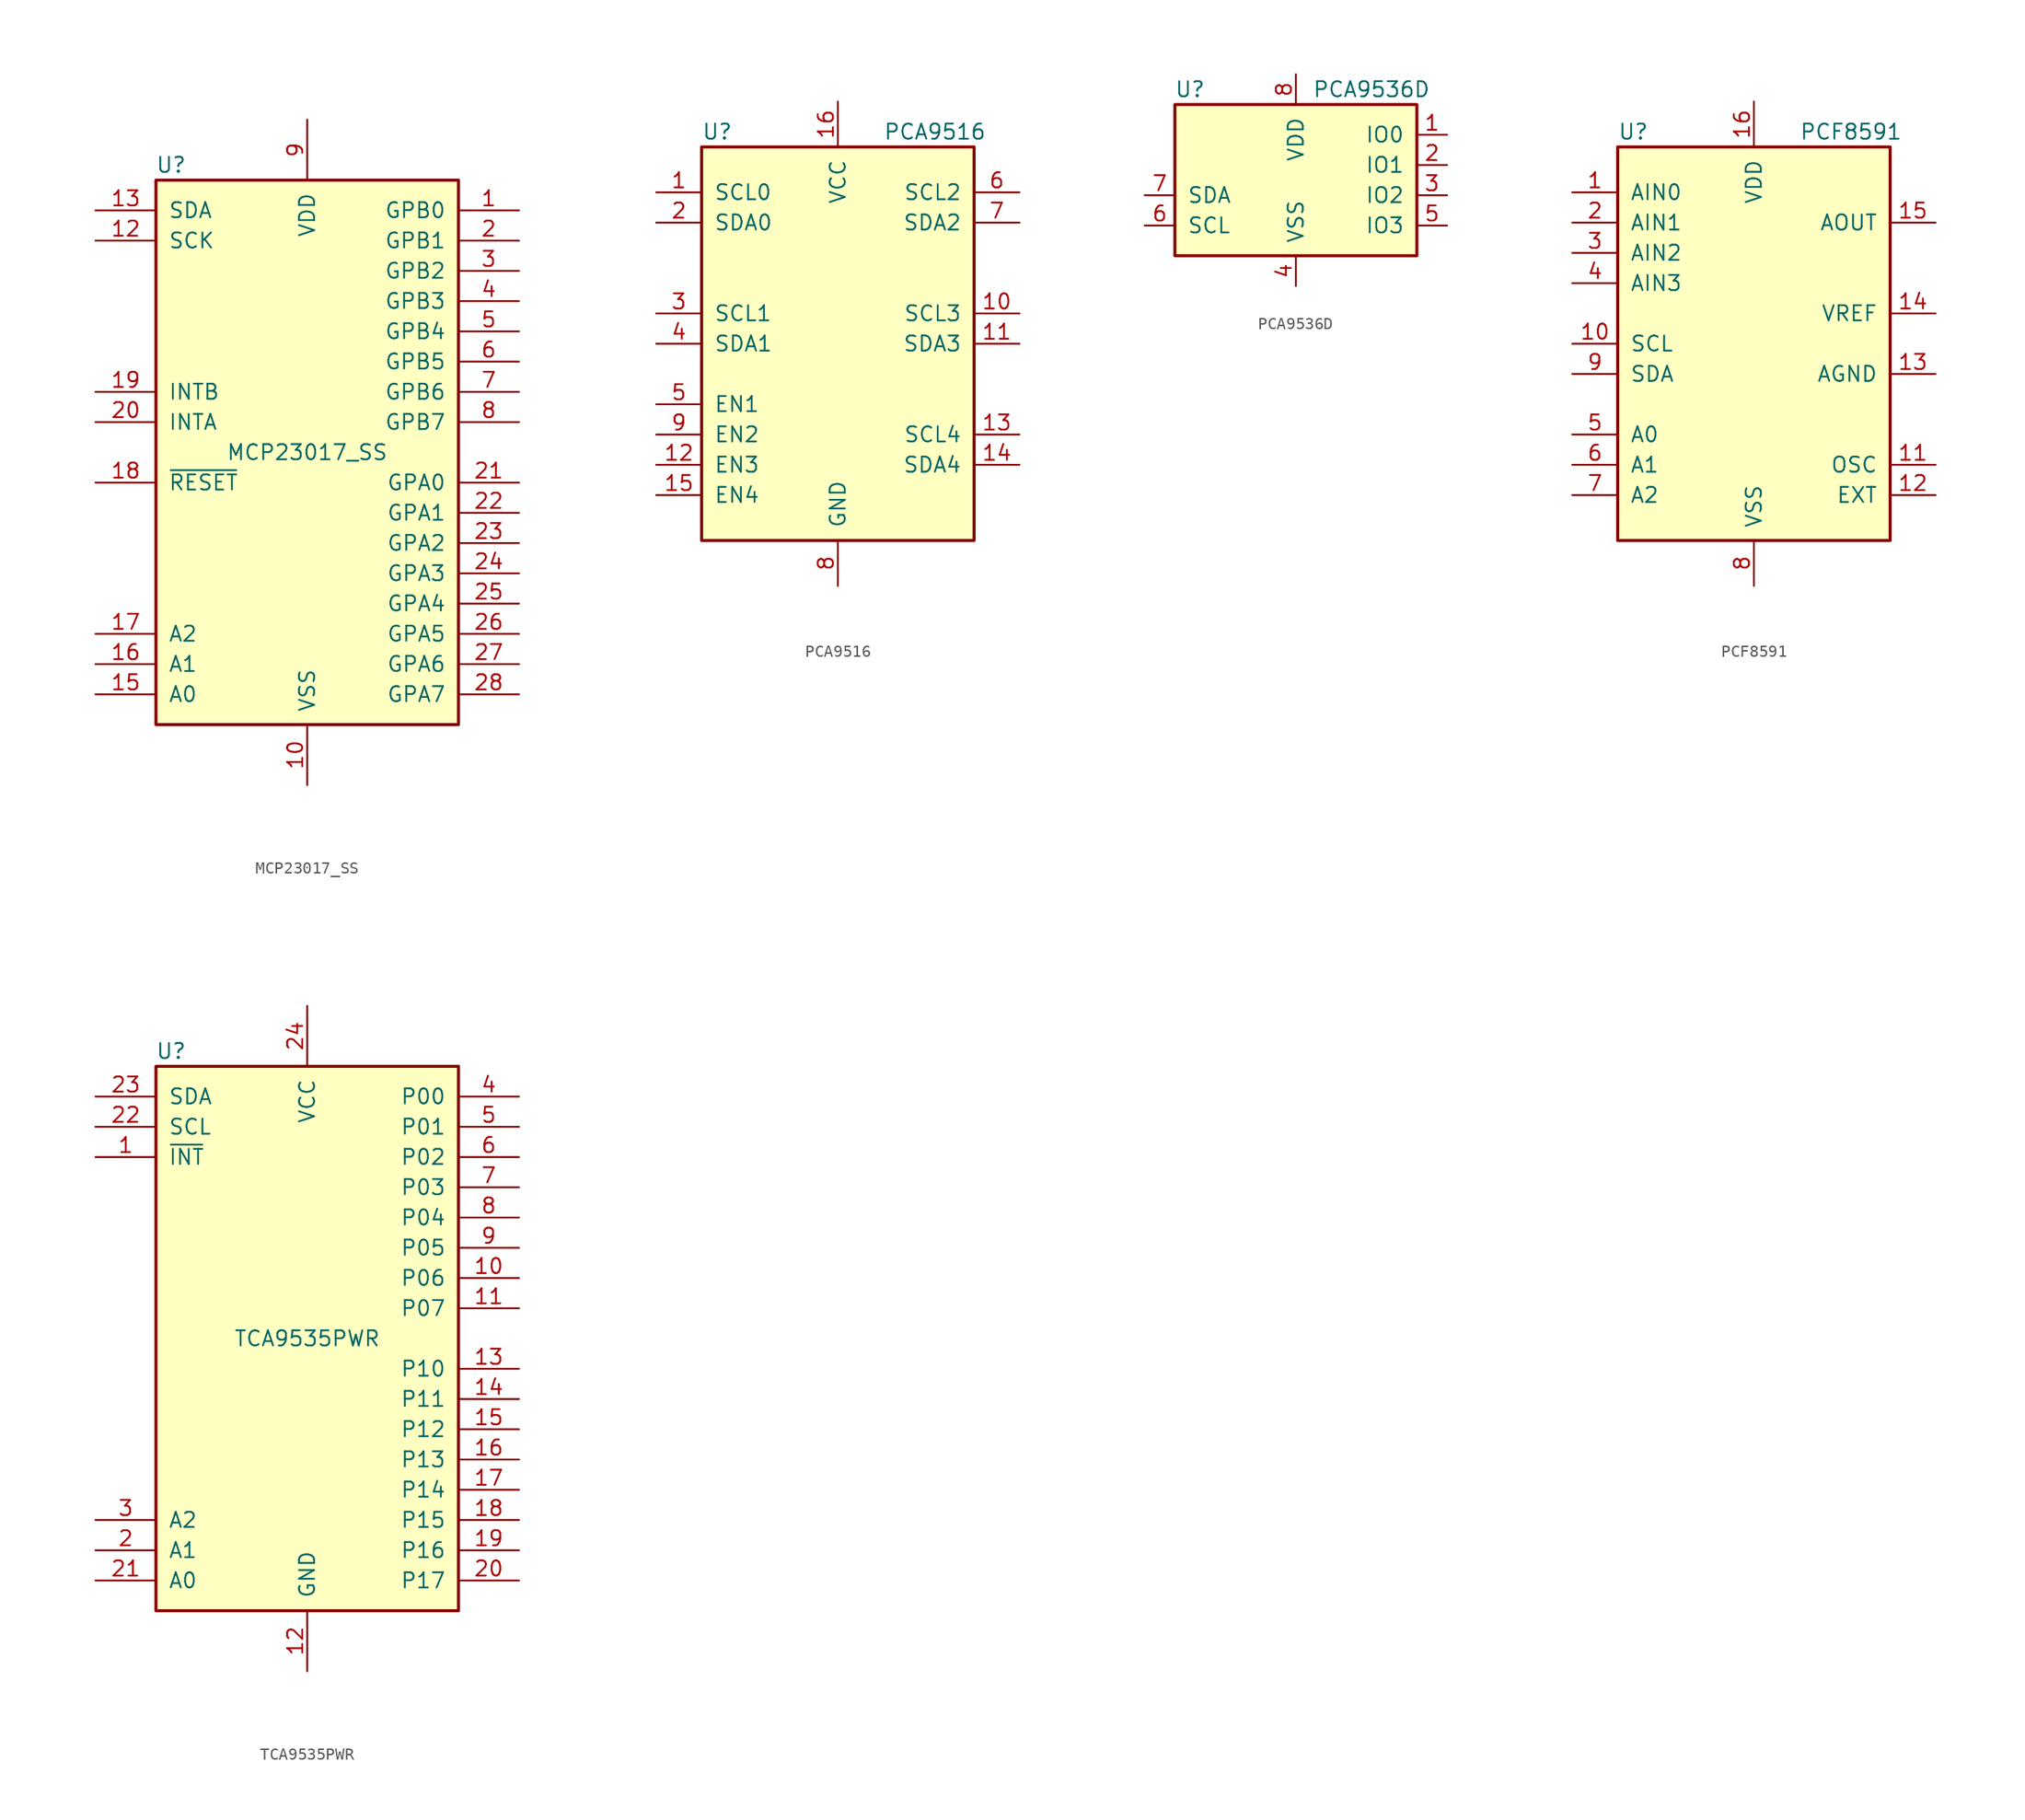
<source format=kicad_sym>
(kicad_symbol_lib
  (version 20201005)
  (generator kicad_symbol_editor)
  (symbol "MCP23017_SS"
    (pin_names
      (offset 1.016))
    (property "Reference" "U"
      (at -11.43 24.13 0)
      (effects (font (size 1.27 1.27))))
    (property "Value" "MCP23017_SS"
      (at 0 0 0)
      (effects (font (size 1.27 1.27))))
    (symbol "MCP23017_SS_0_1"
      (rectangle (start -12.7 22.86) (end 12.7 -22.86) (stroke (width 0.254)) (fill (type background))))
    (symbol "MCP23017_SS_1_1"
      (pin bidirectional line (at 17.78 20.32 180) (length 5.08) (name "GPB0" (effects (font (size 1.27 1.27)))) (number "1" (effects (font (size 1.27 1.27)))))
      (pin power_in line (at 0 -27.94 90) (length 5.08) (name "VSS" (effects (font (size 1.27 1.27)))) (number "10" (effects (font (size 1.27 1.27)))))
      (pin no_connect line (at -12.7 15.24 0) (length 5.08) hide (name "NC" (effects (font (size 1.27 1.27)))) (number "11" (effects (font (size 1.27 1.27)))))
      (pin input line (at -17.78 17.78 0) (length 5.08) (name "SCK" (effects (font (size 1.27 1.27)))) (number "12" (effects (font (size 1.27 1.27)))))
      (pin bidirectional line (at -17.78 20.32 0) (length 5.08) (name "SDA" (effects (font (size 1.27 1.27)))) (number "13" (effects (font (size 1.27 1.27)))))
      (pin no_connect line (at -12.7 12.7 0) (length 5.08) hide (name "NC" (effects (font (size 1.27 1.27)))) (number "14" (effects (font (size 1.27 1.27)))))
      (pin input line (at -17.78 -20.32 0) (length 5.08) (name "A0" (effects (font (size 1.27 1.27)))) (number "15" (effects (font (size 1.27 1.27)))))
      (pin input line (at -17.78 -17.78 0) (length 5.08) (name "A1" (effects (font (size 1.27 1.27)))) (number "16" (effects (font (size 1.27 1.27)))))
      (pin input line (at -17.78 -15.24 0) (length 5.08) (name "A2" (effects (font (size 1.27 1.27)))) (number "17" (effects (font (size 1.27 1.27)))))
      (pin input line (at -17.78 -2.54 0) (length 5.08) (name "~RESET~" (effects (font (size 1.27 1.27)))) (number "18" (effects (font (size 1.27 1.27)))))
      (pin tri_state line (at -17.78 5.08 0) (length 5.08) (name "INTB" (effects (font (size 1.27 1.27)))) (number "19" (effects (font (size 1.27 1.27)))))
      (pin bidirectional line (at 17.78 17.78 180) (length 5.08) (name "GPB1" (effects (font (size 1.27 1.27)))) (number "2" (effects (font (size 1.27 1.27)))))
      (pin tri_state line (at -17.78 2.54 0) (length 5.08) (name "INTA" (effects (font (size 1.27 1.27)))) (number "20" (effects (font (size 1.27 1.27)))))
      (pin bidirectional line (at 17.78 -2.54 180) (length 5.08) (name "GPA0" (effects (font (size 1.27 1.27)))) (number "21" (effects (font (size 1.27 1.27)))))
      (pin bidirectional line (at 17.78 -5.08 180) (length 5.08) (name "GPA1" (effects (font (size 1.27 1.27)))) (number "22" (effects (font (size 1.27 1.27)))))
      (pin bidirectional line (at 17.78 -7.62 180) (length 5.08) (name "GPA2" (effects (font (size 1.27 1.27)))) (number "23" (effects (font (size 1.27 1.27)))))
      (pin bidirectional line (at 17.78 -10.16 180) (length 5.08) (name "GPA3" (effects (font (size 1.27 1.27)))) (number "24" (effects (font (size 1.27 1.27)))))
      (pin bidirectional line (at 17.78 -12.7 180) (length 5.08) (name "GPA4" (effects (font (size 1.27 1.27)))) (number "25" (effects (font (size 1.27 1.27)))))
      (pin bidirectional line (at 17.78 -15.24 180) (length 5.08) (name "GPA5" (effects (font (size 1.27 1.27)))) (number "26" (effects (font (size 1.27 1.27)))))
      (pin bidirectional line (at 17.78 -17.78 180) (length 5.08) (name "GPA6" (effects (font (size 1.27 1.27)))) (number "27" (effects (font (size 1.27 1.27)))))
      (pin bidirectional line (at 17.78 -20.32 180) (length 5.08) (name "GPA7" (effects (font (size 1.27 1.27)))) (number "28" (effects (font (size 1.27 1.27)))))
      (pin bidirectional line (at 17.78 15.24 180) (length 5.08) (name "GPB2" (effects (font (size 1.27 1.27)))) (number "3" (effects (font (size 1.27 1.27)))))
      (pin bidirectional line (at 17.78 12.7 180) (length 5.08) (name "GPB3" (effects (font (size 1.27 1.27)))) (number "4" (effects (font (size 1.27 1.27)))))
      (pin bidirectional line (at 17.78 10.16 180) (length 5.08) (name "GPB4" (effects (font (size 1.27 1.27)))) (number "5" (effects (font (size 1.27 1.27)))))
      (pin bidirectional line (at 17.78 7.62 180) (length 5.08) (name "GPB5" (effects (font (size 1.27 1.27)))) (number "6" (effects (font (size 1.27 1.27)))))
      (pin bidirectional line (at 17.78 5.08 180) (length 5.08) (name "GPB6" (effects (font (size 1.27 1.27)))) (number "7" (effects (font (size 1.27 1.27)))))
      (pin bidirectional line (at 17.78 2.54 180) (length 5.08) (name "GPB7" (effects (font (size 1.27 1.27)))) (number "8" (effects (font (size 1.27 1.27)))))
      (pin power_in line (at 0 27.94 270) (length 5.08) (name "VDD" (effects (font (size 1.27 1.27)))) (number "9" (effects (font (size 1.27 1.27)))))))
  (symbol "PCA9516"
    (pin_names
      (offset 1.016))
    (property "Reference" "U"
      (at -11.43 17.78 0)
      (effects (font (size 1.27 1.27)) (justify left)))
    (property "Value" "PCA9516"
      (at 3.81 17.78 0)
      (effects (font (size 1.27 1.27)) (justify left)))
    (symbol "PCA9516_0_1"
      (rectangle (start -11.43 16.51) (end 11.43 -16.51) (stroke (width 0.254)) (fill (type background))))
    (symbol "PCA9516_1_1"
      (pin bidirectional line (at -15.24 12.7 0) (length 3.81) (name "SCL0" (effects (font (size 1.27 1.27)))) (number "1" (effects (font (size 1.27 1.27)))))
      (pin bidirectional line (at 15.24 2.54 180) (length 3.81) (name "SCL3" (effects (font (size 1.27 1.27)))) (number "10" (effects (font (size 1.27 1.27)))))
      (pin bidirectional line (at 15.24 0 180) (length 3.81) (name "SDA3" (effects (font (size 1.27 1.27)))) (number "11" (effects (font (size 1.27 1.27)))))
      (pin input line (at -15.24 -10.16 0) (length 3.81) (name "EN3" (effects (font (size 1.27 1.27)))) (number "12" (effects (font (size 1.27 1.27)))))
      (pin bidirectional line (at 15.24 -7.62 180) (length 3.81) (name "SCL4" (effects (font (size 1.27 1.27)))) (number "13" (effects (font (size 1.27 1.27)))))
      (pin bidirectional line (at 15.24 -10.16 180) (length 3.81) (name "SDA4" (effects (font (size 1.27 1.27)))) (number "14" (effects (font (size 1.27 1.27)))))
      (pin input line (at -15.24 -12.7 0) (length 3.81) (name "EN4" (effects (font (size 1.27 1.27)))) (number "15" (effects (font (size 1.27 1.27)))))
      (pin power_in line (at 0 20.32 270) (length 3.81) (name "VCC" (effects (font (size 1.27 1.27)))) (number "16" (effects (font (size 1.27 1.27)))))
      (pin bidirectional line (at -15.24 10.16 0) (length 3.81) (name "SDA0" (effects (font (size 1.27 1.27)))) (number "2" (effects (font (size 1.27 1.27)))))
      (pin bidirectional line (at -15.24 2.54 0) (length 3.81) (name "SCL1" (effects (font (size 1.27 1.27)))) (number "3" (effects (font (size 1.27 1.27)))))
      (pin bidirectional line (at -15.24 0 0) (length 3.81) (name "SDA1" (effects (font (size 1.27 1.27)))) (number "4" (effects (font (size 1.27 1.27)))))
      (pin input line (at -15.24 -5.08 0) (length 3.81) (name "EN1" (effects (font (size 1.27 1.27)))) (number "5" (effects (font (size 1.27 1.27)))))
      (pin bidirectional line (at 15.24 12.7 180) (length 3.81) (name "SCL2" (effects (font (size 1.27 1.27)))) (number "6" (effects (font (size 1.27 1.27)))))
      (pin bidirectional line (at 15.24 10.16 180) (length 3.81) (name "SDA2" (effects (font (size 1.27 1.27)))) (number "7" (effects (font (size 1.27 1.27)))))
      (pin power_in line (at 0 -20.32 90) (length 3.81) (name "GND" (effects (font (size 1.27 1.27)))) (number "8" (effects (font (size 1.27 1.27)))))
      (pin input line (at -15.24 -7.62 0) (length 3.81) (name "EN2" (effects (font (size 1.27 1.27)))) (number "9" (effects (font (size 1.27 1.27)))))))
  (symbol "PCA9536D"
    (pin_names
      (offset 1.016))
    (property "Reference" "U"
      (at -8.89 6.35 0)
      (effects (font (size 1.27 1.27))))
    (property "Value" "PCA9536D"
      (at 6.35 6.35 0)
      (effects (font (size 1.27 1.27))))
    (symbol "PCA9536D_0_1"
      (rectangle (start -10.16 5.08) (end 10.16 -7.62) (stroke (width 0.254)) (fill (type background))))
    (symbol "PCA9536D_1_1"
      (pin bidirectional line (at 12.7 2.54 180) (length 2.54) (name "IO0" (effects (font (size 1.27 1.27)))) (number "1" (effects (font (size 1.27 1.27)))))
      (pin bidirectional line (at 12.7 0 180) (length 2.54) (name "IO1" (effects (font (size 1.27 1.27)))) (number "2" (effects (font (size 1.27 1.27)))))
      (pin bidirectional line (at 12.7 -2.54 180) (length 2.54) (name "IO2" (effects (font (size 1.27 1.27)))) (number "3" (effects (font (size 1.27 1.27)))))
      (pin power_in line (at 0 -10.16 90) (length 2.54) (name "VSS" (effects (font (size 1.27 1.27)))) (number "4" (effects (font (size 1.27 1.27)))))
      (pin bidirectional line (at 12.7 -5.08 180) (length 2.54) (name "IO3" (effects (font (size 1.27 1.27)))) (number "5" (effects (font (size 1.27 1.27)))))
      (pin bidirectional line (at -12.7 -5.08 0) (length 2.54) (name "SCL" (effects (font (size 1.27 1.27)))) (number "6" (effects (font (size 1.27 1.27)))))
      (pin bidirectional line (at -12.7 -2.54 0) (length 2.54) (name "SDA" (effects (font (size 1.27 1.27)))) (number "7" (effects (font (size 1.27 1.27)))))
      (pin power_in line (at 0 7.62 270) (length 2.54) (name "VDD" (effects (font (size 1.27 1.27)))) (number "8" (effects (font (size 1.27 1.27)))))))
  (symbol "PCF8591"
    (pin_names
      (offset 1.016))
    (property "Reference" "U"
      (at -11.43 17.78 0)
      (effects (font (size 1.27 1.27)) (justify left)))
    (property "Value" "PCF8591"
      (at 3.81 17.78 0)
      (effects (font (size 1.27 1.27)) (justify left)))
    (symbol "PCF8591_0_1"
      (rectangle (start -11.43 -16.51) (end 11.43 16.51) (stroke (width 0.254)) (fill (type background))))
    (symbol "PCF8591_1_1"
      (pin passive line (at -15.24 12.7 0) (length 3.81) (name "AIN0" (effects (font (size 1.27 1.27)))) (number "1" (effects (font (size 1.27 1.27)))))
      (pin input line (at -15.24 0 0) (length 3.81) (name "SCL" (effects (font (size 1.27 1.27)))) (number "10" (effects (font (size 1.27 1.27)))))
      (pin bidirectional line (at 15.24 -10.16 180) (length 3.81) (name "OSC" (effects (font (size 1.27 1.27)))) (number "11" (effects (font (size 1.27 1.27)))))
      (pin input line (at 15.24 -12.7 180) (length 3.81) (name "EXT" (effects (font (size 1.27 1.27)))) (number "12" (effects (font (size 1.27 1.27)))))
      (pin power_out line (at 15.24 -2.54 180) (length 3.81) (name "AGND" (effects (font (size 1.27 1.27)))) (number "13" (effects (font (size 1.27 1.27)))))
      (pin passive line (at 15.24 2.54 180) (length 3.81) (name "VREF" (effects (font (size 1.27 1.27)))) (number "14" (effects (font (size 1.27 1.27)))))
      (pin passive line (at 15.24 10.16 180) (length 3.81) (name "AOUT" (effects (font (size 1.27 1.27)))) (number "15" (effects (font (size 1.27 1.27)))))
      (pin power_in line (at 0 20.32 270) (length 3.81) (name "VDD" (effects (font (size 1.27 1.27)))) (number "16" (effects (font (size 1.27 1.27)))))
      (pin passive line (at -15.24 10.16 0) (length 3.81) (name "AIN1" (effects (font (size 1.27 1.27)))) (number "2" (effects (font (size 1.27 1.27)))))
      (pin passive line (at -15.24 7.62 0) (length 3.81) (name "AIN2" (effects (font (size 1.27 1.27)))) (number "3" (effects (font (size 1.27 1.27)))))
      (pin passive line (at -15.24 5.08 0) (length 3.81) (name "AIN3" (effects (font (size 1.27 1.27)))) (number "4" (effects (font (size 1.27 1.27)))))
      (pin input line (at -15.24 -7.62 0) (length 3.81) (name "A0" (effects (font (size 1.27 1.27)))) (number "5" (effects (font (size 1.27 1.27)))))
      (pin input line (at -15.24 -10.16 0) (length 3.81) (name "A1" (effects (font (size 1.27 1.27)))) (number "6" (effects (font (size 1.27 1.27)))))
      (pin input line (at -15.24 -12.7 0) (length 3.81) (name "A2" (effects (font (size 1.27 1.27)))) (number "7" (effects (font (size 1.27 1.27)))))
      (pin power_in line (at 0 -20.32 90) (length 3.81) (name "VSS" (effects (font (size 1.27 1.27)))) (number "8" (effects (font (size 1.27 1.27)))))
      (pin bidirectional line (at -15.24 -2.54 0) (length 3.81) (name "SDA" (effects (font (size 1.27 1.27)))) (number "9" (effects (font (size 1.27 1.27)))))))
  (symbol "TCA9535PWR"
    (pin_names
      (offset 1.016))
    (property "Reference" "U"
      (at -11.43 24.13 0)
      (effects (font (size 1.27 1.27))))
    (property "Value" "TCA9535PWR"
      (at 0 0 0)
      (effects (font (size 1.27 1.27))))
    (symbol "TCA9535PWR_0_1"
      (rectangle (start -12.7 22.86) (end 12.7 -22.86) (stroke (width 0.254)) (fill (type background))))
    (symbol "TCA9535PWR_1_1"
      (pin open_collector line (at -17.78 15.24 0) (length 5.08) (name "~INT" (effects (font (size 1.27 1.27)))) (number "1" (effects (font (size 1.27 1.27)))))
      (pin bidirectional line (at 17.78 5.08 180) (length 5.08) (name "P06" (effects (font (size 1.27 1.27)))) (number "10" (effects (font (size 1.27 1.27)))))
      (pin bidirectional line (at 17.78 2.54 180) (length 5.08) (name "P07" (effects (font (size 1.27 1.27)))) (number "11" (effects (font (size 1.27 1.27)))))
      (pin power_in line (at 0 -27.94 90) (length 5.08) (name "GND" (effects (font (size 1.27 1.27)))) (number "12" (effects (font (size 1.27 1.27)))))
      (pin bidirectional line (at 17.78 -2.54 180) (length 5.08) (name "P10" (effects (font (size 1.27 1.27)))) (number "13" (effects (font (size 1.27 1.27)))))
      (pin bidirectional line (at 17.78 -5.08 180) (length 5.08) (name "P11" (effects (font (size 1.27 1.27)))) (number "14" (effects (font (size 1.27 1.27)))))
      (pin bidirectional line (at 17.78 -7.62 180) (length 5.08) (name "P12" (effects (font (size 1.27 1.27)))) (number "15" (effects (font (size 1.27 1.27)))))
      (pin bidirectional line (at 17.78 -10.16 180) (length 5.08) (name "P13" (effects (font (size 1.27 1.27)))) (number "16" (effects (font (size 1.27 1.27)))))
      (pin bidirectional line (at 17.78 -12.7 180) (length 5.08) (name "P14" (effects (font (size 1.27 1.27)))) (number "17" (effects (font (size 1.27 1.27)))))
      (pin bidirectional line (at 17.78 -15.24 180) (length 5.08) (name "P15" (effects (font (size 1.27 1.27)))) (number "18" (effects (font (size 1.27 1.27)))))
      (pin bidirectional line (at 17.78 -17.78 180) (length 5.08) (name "P16" (effects (font (size 1.27 1.27)))) (number "19" (effects (font (size 1.27 1.27)))))
      (pin input line (at -17.78 -17.78 0) (length 5.08) (name "A1" (effects (font (size 1.27 1.27)))) (number "2" (effects (font (size 1.27 1.27)))))
      (pin bidirectional line (at 17.78 -20.32 180) (length 5.08) (name "P17" (effects (font (size 1.27 1.27)))) (number "20" (effects (font (size 1.27 1.27)))))
      (pin input line (at -17.78 -20.32 0) (length 5.08) (name "A0" (effects (font (size 1.27 1.27)))) (number "21" (effects (font (size 1.27 1.27)))))
      (pin input line (at -17.78 17.78 0) (length 5.08) (name "SCL" (effects (font (size 1.27 1.27)))) (number "22" (effects (font (size 1.27 1.27)))))
      (pin bidirectional line (at -17.78 20.32 0) (length 5.08) (name "SDA" (effects (font (size 1.27 1.27)))) (number "23" (effects (font (size 1.27 1.27)))))
      (pin power_in line (at 0 27.94 270) (length 5.08) (name "VCC" (effects (font (size 1.27 1.27)))) (number "24" (effects (font (size 1.27 1.27)))))
      (pin input line (at -17.78 -15.24 0) (length 5.08) (name "A2" (effects (font (size 1.27 1.27)))) (number "3" (effects (font (size 1.27 1.27)))))
      (pin bidirectional line (at 17.78 20.32 180) (length 5.08) (name "P00" (effects (font (size 1.27 1.27)))) (number "4" (effects (font (size 1.27 1.27)))))
      (pin bidirectional line (at 17.78 17.78 180) (length 5.08) (name "P01" (effects (font (size 1.27 1.27)))) (number "5" (effects (font (size 1.27 1.27)))))
      (pin bidirectional line (at 17.78 15.24 180) (length 5.08) (name "P02" (effects (font (size 1.27 1.27)))) (number "6" (effects (font (size 1.27 1.27)))))
      (pin bidirectional line (at 17.78 12.7 180) (length 5.08) (name "P03" (effects (font (size 1.27 1.27)))) (number "7" (effects (font (size 1.27 1.27)))))
      (pin bidirectional line (at 17.78 10.16 180) (length 5.08) (name "P04" (effects (font (size 1.27 1.27)))) (number "8" (effects (font (size 1.27 1.27)))))
      (pin bidirectional line (at 17.78 7.62 180) (length 5.08) (name "P05" (effects (font (size 1.27 1.27)))) (number "9" (effects (font (size 1.27 1.27))))))))
</source>
